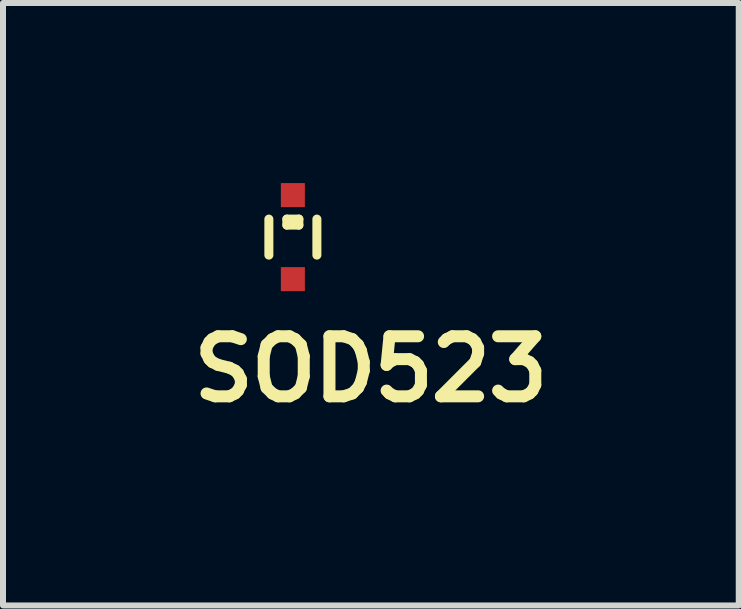
<source format=kicad_pcb>
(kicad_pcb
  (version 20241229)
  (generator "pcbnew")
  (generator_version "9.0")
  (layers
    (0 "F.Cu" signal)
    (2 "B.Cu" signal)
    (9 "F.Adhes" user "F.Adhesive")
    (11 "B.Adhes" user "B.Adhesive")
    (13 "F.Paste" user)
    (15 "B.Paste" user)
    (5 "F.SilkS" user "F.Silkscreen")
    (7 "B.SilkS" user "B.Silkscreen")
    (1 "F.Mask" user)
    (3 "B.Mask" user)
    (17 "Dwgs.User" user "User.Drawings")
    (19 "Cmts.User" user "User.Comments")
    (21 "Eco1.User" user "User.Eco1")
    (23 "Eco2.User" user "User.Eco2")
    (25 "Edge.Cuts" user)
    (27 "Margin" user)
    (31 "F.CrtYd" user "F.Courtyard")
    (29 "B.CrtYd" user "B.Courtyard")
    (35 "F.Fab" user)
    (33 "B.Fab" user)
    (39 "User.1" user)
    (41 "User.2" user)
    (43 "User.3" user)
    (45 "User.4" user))
  (footprint "SOD523"
    (layer "F.Cu")
    (at 1.829 1.7)
    (property "Reference" "SOD523" (at 1.3 1.4 0) (layer "F.SilkS") (effects (font (size 1 1) (thickness 0.2))))
    (attr through_hole)
    (fp_line (start -0.4 -1.1) (end -0.4 -0.5) (stroke (width 0.15) (type solid)) (layer "F.SilkS"))
    (fp_line (start -0.1 -1.1) (end 0.1 -1.1) (stroke (width 0.15) (type solid)) (layer "F.SilkS"))
    (fp_line (start -0.1 -1) (end -0.1 -1.1) (stroke (width 0.15) (type solid)) (layer "F.SilkS"))
    (fp_line (start 0.1 -1.1) (end 0.1 -1) (stroke (width 0.15) (type solid)) (layer "F.SilkS"))
    (fp_line (start 0.1 -1) (end -0.1 -1) (stroke (width 0.15) (type solid)) (layer "F.SilkS"))
    (fp_line (start 0.4 -1.1) (end 0.4 -0.5) (stroke (width 0.15) (type solid)) (layer "F.SilkS"))
    (pad "1" smd rect (at 0 -0.1) (size 0.4 0.4) (layers "F.Cu" "F.Mask" "F.Paste"))
    (pad "2" smd rect (at 0 -1.5) (size 0.4 0.4) (layers "F.Cu" "F.Mask" "F.Paste")))
  (gr_rect
    (start -3 -3)
    (end 9.257 7.036)
    (stroke (width 0.1) (type default))
    (fill no)
    (layer "Edge.Cuts")))
</source>
